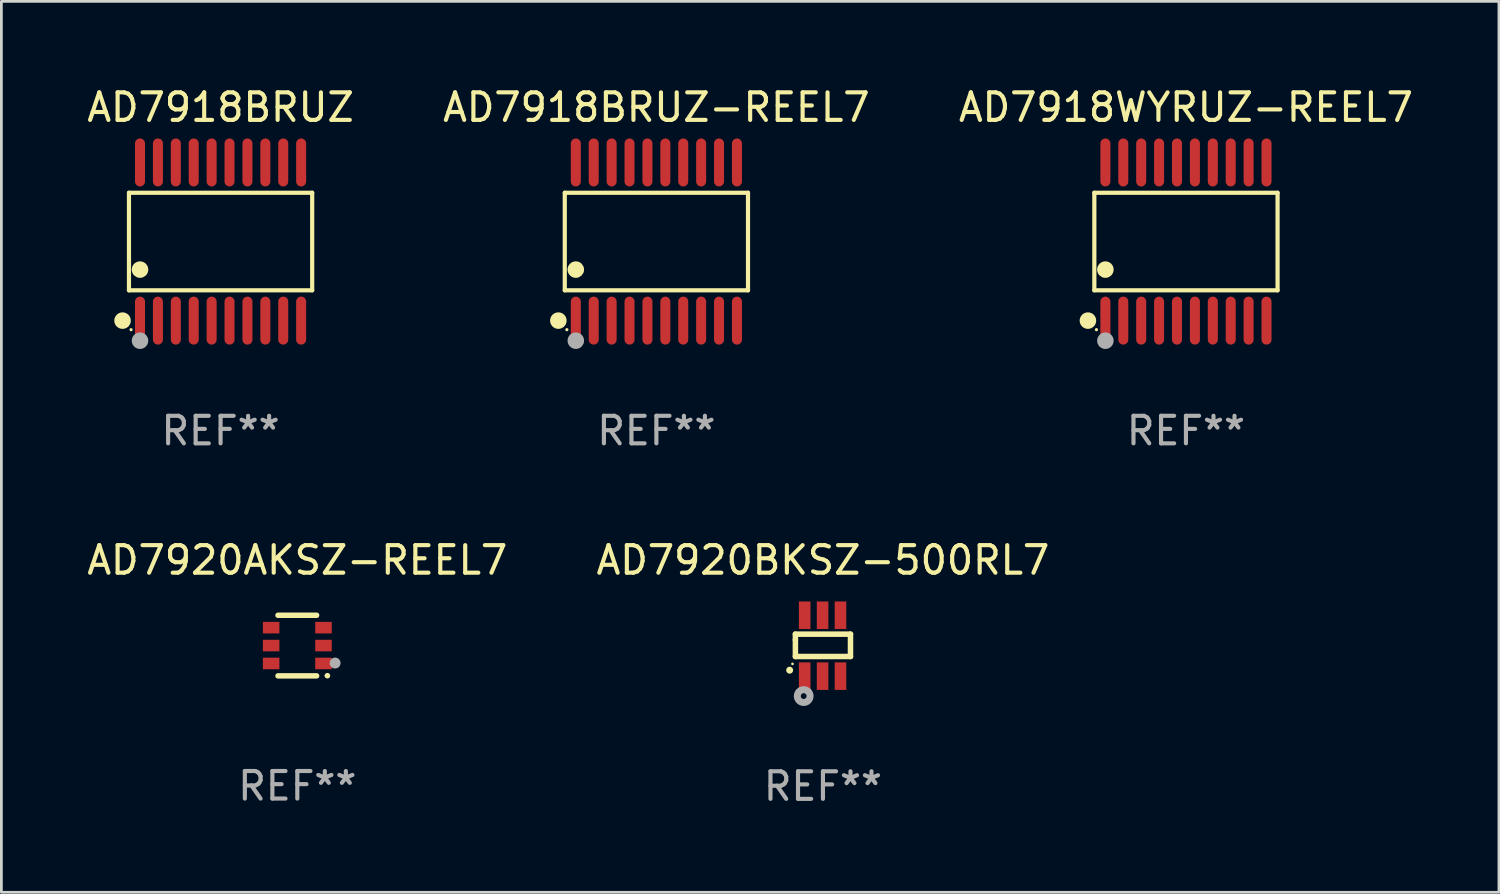
<source format=kicad_pcb>
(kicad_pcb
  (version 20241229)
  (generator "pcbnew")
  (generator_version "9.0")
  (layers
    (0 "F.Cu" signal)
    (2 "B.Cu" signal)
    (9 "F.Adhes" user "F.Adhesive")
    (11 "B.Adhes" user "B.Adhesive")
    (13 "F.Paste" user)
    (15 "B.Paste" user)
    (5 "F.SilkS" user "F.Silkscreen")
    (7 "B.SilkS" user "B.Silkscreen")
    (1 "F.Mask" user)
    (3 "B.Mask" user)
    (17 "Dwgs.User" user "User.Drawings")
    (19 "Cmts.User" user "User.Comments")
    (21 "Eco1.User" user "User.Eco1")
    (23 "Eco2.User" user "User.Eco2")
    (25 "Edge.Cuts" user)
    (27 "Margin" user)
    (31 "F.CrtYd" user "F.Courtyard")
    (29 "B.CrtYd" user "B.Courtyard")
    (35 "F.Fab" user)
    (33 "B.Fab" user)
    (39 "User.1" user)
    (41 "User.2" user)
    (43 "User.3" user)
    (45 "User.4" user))
  (footprint "AD7920BKSZ-500RL7"
    (layer "F.Cu")
    (at 26.827 20.392)
    (property "Reference" "AD7920BKSZ-500RL7" (at 0 -3.105 0) (layer "F.SilkS") (effects (font (size 1 1) (thickness 0.15))))
    (attr through_hole)
    (fp_line (start -1 -0.419) (end -1 -0.213) (stroke (width 0.2) (type solid)) (layer "F.SilkS"))
    (fp_line (start -1 -0.213) (end -1 0.393) (stroke (width 0.2) (type solid)) (layer "F.SilkS"))
    (fp_line (start -1 0.393) (end 1 0.393) (stroke (width 0.2) (type solid)) (layer "F.SilkS"))
    (fp_line (start 1 -0.419) (end -1 -0.419) (stroke (width 0.2) (type solid)) (layer "F.SilkS"))
    (fp_line (start 1 0.393) (end 1 -0.419) (stroke (width 0.2) (type solid)) (layer "F.SilkS"))
    (fp_arc (start -1.208509 0.890272) (mid -1.208515 0.889002) (end -1.208509 0.887732) (stroke (width 0.25) (type solid)) (layer "F.SilkS"))
    (fp_circle (center -1.105 0.66) (end -1.08 0.66) (stroke (width 0.05) (type solid)) (fill no) (layer "F.SilkS"))
    (fp_circle (center -0.699 1.829) (end -0.594 1.829) (stroke (width 0.254) (type solid)) (fill no) (layer "F.Fab"))
    (fp_text user "REF**" (at 0 5.105 0) (layer "F.Fab") (effects (font (size 1 1) (thickness 0.15))))
    (pad "1" smd rect (at -0.663 1.105) (size 0.42 1) (layers "F.Cu" "F.Mask" "F.Paste"))
    (pad "2" smd rect (at -0.013 1.105) (size 0.42 1) (layers "F.Cu" "F.Mask" "F.Paste"))
    (pad "3" smd rect (at 0.637 1.105) (size 0.42 1) (layers "F.Cu" "F.Mask" "F.Paste"))
    (pad "4" smd rect (at 0.637 -1.105 180) (size 0.42 1) (layers "F.Cu" "F.Mask" "F.Paste"))
    (pad "5" smd rect (at -0.013 -1.105 180) (size 0.42 1) (layers "F.Cu" "F.Mask" "F.Paste"))
    (pad "6" smd rect (at -0.663 -1.105 180) (size 0.42 1) (layers "F.Cu" "F.Mask" "F.Paste")))
  (footprint "AD7918WYRUZ-REEL7"
    (layer "F.Cu")
    (at 40.006 5.719)
    (property "Reference" "AD7918WYRUZ-REEL7" (at 0 -4.871 0) (layer "F.SilkS") (effects (font (size 1 1) (thickness 0.15))))
    (attr through_hole)
    (fp_line (start -3.326 -1.771) (end 3.326 -1.771) (stroke (width 0.152) (type solid)) (layer "F.SilkS"))
    (fp_line (start -3.326 1.771) (end -3.326 -1.771) (stroke (width 0.152) (type solid)) (layer "F.SilkS"))
    (fp_line (start 3.326 -1.771) (end 3.326 1.771) (stroke (width 0.152) (type solid)) (layer "F.SilkS"))
    (fp_line (start 3.326 1.771) (end -3.326 1.771) (stroke (width 0.152) (type solid)) (layer "F.SilkS"))
    (fp_circle (center -3.559 2.871) (end -3.409 2.871) (stroke (width 0.3) (type solid)) (fill no) (layer "F.SilkS"))
    (fp_circle (center -3.25 3.2) (end -3.22 3.2) (stroke (width 0.06) (type solid)) (fill no) (layer "F.SilkS"))
    (fp_circle (center -2.925 1.019) (end -2.775 1.019) (stroke (width 0.3) (type solid)) (fill no) (layer "F.SilkS"))
    (fp_circle (center -2.925 3.6) (end -2.775 3.6) (stroke (width 0.3) (type solid)) (fill no) (layer "F.Fab"))
    (fp_text user "REF**" (at 0 6.871 0) (layer "F.Fab") (effects (font (size 1 1) (thickness 0.15))))
    (pad "1" smd oval (at -2.925 2.871) (size 0.364 1.742) (layers "F.Cu" "F.Mask" "F.Paste"))
    (pad "2" smd oval (at -2.275 2.871) (size 0.364 1.742) (layers "F.Cu" "F.Mask" "F.Paste"))
    (pad "3" smd oval (at -1.625 2.871) (size 0.364 1.742) (layers "F.Cu" "F.Mask" "F.Paste"))
    (pad "4" smd oval (at -0.975 2.871) (size 0.364 1.742) (layers "F.Cu" "F.Mask" "F.Paste"))
    (pad "5" smd oval (at -0.325 2.871) (size 0.364 1.742) (layers "F.Cu" "F.Mask" "F.Paste"))
    (pad "6" smd oval (at 0.325 2.871) (size 0.364 1.742) (layers "F.Cu" "F.Mask" "F.Paste"))
    (pad "7" smd oval (at 0.975 2.871) (size 0.364 1.742) (layers "F.Cu" "F.Mask" "F.Paste"))
    (pad "8" smd oval (at 1.625 2.871) (size 0.364 1.742) (layers "F.Cu" "F.Mask" "F.Paste"))
    (pad "9" smd oval (at 2.275 2.871) (size 0.364 1.742) (layers "F.Cu" "F.Mask" "F.Paste"))
    (pad "10" smd oval (at 2.925 2.871) (size 0.364 1.742) (layers "F.Cu" "F.Mask" "F.Paste"))
    (pad "11" smd oval (at 2.925 -2.871) (size 0.364 1.742) (layers "F.Cu" "F.Mask" "F.Paste"))
    (pad "12" smd oval (at 2.275 -2.871) (size 0.364 1.742) (layers "F.Cu" "F.Mask" "F.Paste"))
    (pad "13" smd oval (at 1.625 -2.871) (size 0.364 1.742) (layers "F.Cu" "F.Mask" "F.Paste"))
    (pad "14" smd oval (at 0.975 -2.871) (size 0.364 1.742) (layers "F.Cu" "F.Mask" "F.Paste"))
    (pad "15" smd oval (at 0.325 -2.871) (size 0.364 1.742) (layers "F.Cu" "F.Mask" "F.Paste"))
    (pad "16" smd oval (at -0.325 -2.871) (size 0.364 1.742) (layers "F.Cu" "F.Mask" "F.Paste"))
    (pad "17" smd oval (at -0.975 -2.871) (size 0.364 1.742) (layers "F.Cu" "F.Mask" "F.Paste"))
    (pad "18" smd oval (at -1.625 -2.871) (size 0.364 1.742) (layers "F.Cu" "F.Mask" "F.Paste"))
    (pad "19" smd oval (at -2.275 -2.871) (size 0.364 1.742) (layers "F.Cu" "F.Mask" "F.Paste"))
    (pad "20" smd oval (at -2.925 -2.871) (size 0.364 1.742) (layers "F.Cu" "F.Mask" "F.Paste")))
  (footprint "AD7920AKSZ-REEL7"
    (layer "F.Cu")
    (at 7.744 20.387)
    (property "Reference" "AD7920AKSZ-REEL7" (at 0 -3.1 0) (layer "F.SilkS") (effects (font (size 1 1) (thickness 0.15))))
    (attr through_hole)
    (fp_line (start -0.7 -1.1) (end 0.7 -1.1) (stroke (width 0.2) (type solid)) (layer "F.SilkS"))
    (fp_line (start -0.7 1.1) (end 0.7 1.1) (stroke (width 0.2) (type solid)) (layer "F.SilkS"))
    (fp_arc (start 1.090932 1.094209) (mid 1.092202 1.094203) (end 1.093472 1.094209) (stroke (width 0.2) (type solid)) (layer "F.SilkS"))
    (fp_circle (center 1.053 1.1) (end 1.083 1.1) (stroke (width 0.06) (type solid)) (fill no) (layer "F.SilkS"))
    (fp_circle (center 1.372 0.635) (end 1.472 0.635) (stroke (width 0.2) (type solid)) (fill no) (layer "F.Fab"))
    (fp_text user "REF**" (at 0 5.1 0) (layer "F.Fab") (effects (font (size 1 1) (thickness 0.15))))
    (pad "1" smd rect (at 0.95 0.65 90) (size 0.42 0.6) (layers "F.Cu" "F.Mask" "F.Paste"))
    (pad "2" smd rect (at 0.95 0 90) (size 0.42 0.6) (layers "F.Cu" "F.Mask" "F.Paste"))
    (pad "3" smd rect (at 0.95 -0.65 90) (size 0.42 0.6) (layers "F.Cu" "F.Mask" "F.Paste"))
    (pad "4" smd rect (at -0.95 -0.65 270) (size 0.42 0.6) (layers "F.Cu" "F.Mask" "F.Paste"))
    (pad "5" smd rect (at -0.95 0 270) (size 0.42 0.6) (layers "F.Cu" "F.Mask" "F.Paste"))
    (pad "6" smd rect (at -0.95 0.65 270) (size 0.42 0.6) (layers "F.Cu" "F.Mask" "F.Paste")))
  (footprint "AD7918BRUZ"
    (layer "F.Cu")
    (at 4.958 5.719)
    (property "Reference" "AD7918BRUZ" (at 0 -4.871 0) (layer "F.SilkS") (effects (font (size 1 1) (thickness 0.15))))
    (attr through_hole)
    (fp_line (start -3.326 -1.771) (end 3.326 -1.771) (stroke (width 0.152) (type solid)) (layer "F.SilkS"))
    (fp_line (start -3.326 1.771) (end -3.326 -1.771) (stroke (width 0.152) (type solid)) (layer "F.SilkS"))
    (fp_line (start 3.326 -1.771) (end 3.326 1.771) (stroke (width 0.152) (type solid)) (layer "F.SilkS"))
    (fp_line (start 3.326 1.771) (end -3.326 1.771) (stroke (width 0.152) (type solid)) (layer "F.SilkS"))
    (fp_circle (center -3.559 2.871) (end -3.409 2.871) (stroke (width 0.3) (type solid)) (fill no) (layer "F.SilkS"))
    (fp_circle (center -3.25 3.2) (end -3.22 3.2) (stroke (width 0.06) (type solid)) (fill no) (layer "F.SilkS"))
    (fp_circle (center -2.925 1.019) (end -2.775 1.019) (stroke (width 0.3) (type solid)) (fill no) (layer "F.SilkS"))
    (fp_circle (center -2.925 3.6) (end -2.775 3.6) (stroke (width 0.3) (type solid)) (fill no) (layer "F.Fab"))
    (fp_text user "REF**" (at 0 6.871 0) (layer "F.Fab") (effects (font (size 1 1) (thickness 0.15))))
    (pad "1" smd oval (at -2.925 2.871) (size 0.364 1.742) (layers "F.Cu" "F.Mask" "F.Paste"))
    (pad "2" smd oval (at -2.275 2.871) (size 0.364 1.742) (layers "F.Cu" "F.Mask" "F.Paste"))
    (pad "3" smd oval (at -1.625 2.871) (size 0.364 1.742) (layers "F.Cu" "F.Mask" "F.Paste"))
    (pad "4" smd oval (at -0.975 2.871) (size 0.364 1.742) (layers "F.Cu" "F.Mask" "F.Paste"))
    (pad "5" smd oval (at -0.325 2.871) (size 0.364 1.742) (layers "F.Cu" "F.Mask" "F.Paste"))
    (pad "6" smd oval (at 0.325 2.871) (size 0.364 1.742) (layers "F.Cu" "F.Mask" "F.Paste"))
    (pad "7" smd oval (at 0.975 2.871) (size 0.364 1.742) (layers "F.Cu" "F.Mask" "F.Paste"))
    (pad "8" smd oval (at 1.625 2.871) (size 0.364 1.742) (layers "F.Cu" "F.Mask" "F.Paste"))
    (pad "9" smd oval (at 2.275 2.871) (size 0.364 1.742) (layers "F.Cu" "F.Mask" "F.Paste"))
    (pad "10" smd oval (at 2.925 2.871) (size 0.364 1.742) (layers "F.Cu" "F.Mask" "F.Paste"))
    (pad "11" smd oval (at 2.925 -2.871) (size 0.364 1.742) (layers "F.Cu" "F.Mask" "F.Paste"))
    (pad "12" smd oval (at 2.275 -2.871) (size 0.364 1.742) (layers "F.Cu" "F.Mask" "F.Paste"))
    (pad "13" smd oval (at 1.625 -2.871) (size 0.364 1.742) (layers "F.Cu" "F.Mask" "F.Paste"))
    (pad "14" smd oval (at 0.975 -2.871) (size 0.364 1.742) (layers "F.Cu" "F.Mask" "F.Paste"))
    (pad "15" smd oval (at 0.325 -2.871) (size 0.364 1.742) (layers "F.Cu" "F.Mask" "F.Paste"))
    (pad "16" smd oval (at -0.325 -2.871) (size 0.364 1.742) (layers "F.Cu" "F.Mask" "F.Paste"))
    (pad "17" smd oval (at -0.975 -2.871) (size 0.364 1.742) (layers "F.Cu" "F.Mask" "F.Paste"))
    (pad "18" smd oval (at -1.625 -2.871) (size 0.364 1.742) (layers "F.Cu" "F.Mask" "F.Paste"))
    (pad "19" smd oval (at -2.275 -2.871) (size 0.364 1.742) (layers "F.Cu" "F.Mask" "F.Paste"))
    (pad "20" smd oval (at -2.925 -2.871) (size 0.364 1.742) (layers "F.Cu" "F.Mask" "F.Paste")))
  (footprint "AD7918BRUZ-REEL7"
    (layer "F.Cu")
    (at 20.78 5.719)
    (property "Reference" "AD7918BRUZ-REEL7" (at 0 -4.871 0) (layer "F.SilkS") (effects (font (size 1 1) (thickness 0.15))))
    (attr through_hole)
    (fp_line (start -3.326 -1.771) (end 3.326 -1.771) (stroke (width 0.152) (type solid)) (layer "F.SilkS"))
    (fp_line (start -3.326 1.771) (end -3.326 -1.771) (stroke (width 0.152) (type solid)) (layer "F.SilkS"))
    (fp_line (start 3.326 -1.771) (end 3.326 1.771) (stroke (width 0.152) (type solid)) (layer "F.SilkS"))
    (fp_line (start 3.326 1.771) (end -3.326 1.771) (stroke (width 0.152) (type solid)) (layer "F.SilkS"))
    (fp_circle (center -3.559 2.871) (end -3.409 2.871) (stroke (width 0.3) (type solid)) (fill no) (layer "F.SilkS"))
    (fp_circle (center -3.25 3.2) (end -3.22 3.2) (stroke (width 0.06) (type solid)) (fill no) (layer "F.SilkS"))
    (fp_circle (center -2.925 1.019) (end -2.775 1.019) (stroke (width 0.3) (type solid)) (fill no) (layer "F.SilkS"))
    (fp_circle (center -2.925 3.6) (end -2.775 3.6) (stroke (width 0.3) (type solid)) (fill no) (layer "F.Fab"))
    (fp_text user "REF**" (at 0 6.871 0) (layer "F.Fab") (effects (font (size 1 1) (thickness 0.15))))
    (pad "1" smd oval (at -2.925 2.871) (size 0.364 1.742) (layers "F.Cu" "F.Mask" "F.Paste"))
    (pad "2" smd oval (at -2.275 2.871) (size 0.364 1.742) (layers "F.Cu" "F.Mask" "F.Paste"))
    (pad "3" smd oval (at -1.625 2.871) (size 0.364 1.742) (layers "F.Cu" "F.Mask" "F.Paste"))
    (pad "4" smd oval (at -0.975 2.871) (size 0.364 1.742) (layers "F.Cu" "F.Mask" "F.Paste"))
    (pad "5" smd oval (at -0.325 2.871) (size 0.364 1.742) (layers "F.Cu" "F.Mask" "F.Paste"))
    (pad "6" smd oval (at 0.325 2.871) (size 0.364 1.742) (layers "F.Cu" "F.Mask" "F.Paste"))
    (pad "7" smd oval (at 0.975 2.871) (size 0.364 1.742) (layers "F.Cu" "F.Mask" "F.Paste"))
    (pad "8" smd oval (at 1.625 2.871) (size 0.364 1.742) (layers "F.Cu" "F.Mask" "F.Paste"))
    (pad "9" smd oval (at 2.275 2.871) (size 0.364 1.742) (layers "F.Cu" "F.Mask" "F.Paste"))
    (pad "10" smd oval (at 2.925 2.871) (size 0.364 1.742) (layers "F.Cu" "F.Mask" "F.Paste"))
    (pad "11" smd oval (at 2.925 -2.871) (size 0.364 1.742) (layers "F.Cu" "F.Mask" "F.Paste"))
    (pad "12" smd oval (at 2.275 -2.871) (size 0.364 1.742) (layers "F.Cu" "F.Mask" "F.Paste"))
    (pad "13" smd oval (at 1.625 -2.871) (size 0.364 1.742) (layers "F.Cu" "F.Mask" "F.Paste"))
    (pad "14" smd oval (at 0.975 -2.871) (size 0.364 1.742) (layers "F.Cu" "F.Mask" "F.Paste"))
    (pad "15" smd oval (at 0.325 -2.871) (size 0.364 1.742) (layers "F.Cu" "F.Mask" "F.Paste"))
    (pad "16" smd oval (at -0.325 -2.871) (size 0.364 1.742) (layers "F.Cu" "F.Mask" "F.Paste"))
    (pad "17" smd oval (at -0.975 -2.871) (size 0.364 1.742) (layers "F.Cu" "F.Mask" "F.Paste"))
    (pad "18" smd oval (at -1.625 -2.871) (size 0.364 1.742) (layers "F.Cu" "F.Mask" "F.Paste"))
    (pad "19" smd oval (at -2.275 -2.871) (size 0.364 1.742) (layers "F.Cu" "F.Mask" "F.Paste"))
    (pad "20" smd oval (at -2.925 -2.871) (size 0.364 1.742) (layers "F.Cu" "F.Mask" "F.Paste")))
  (gr_rect
    (start -3 -3)
    (end 51.369 29.345)
    (stroke (width 0.1) (type default))
    (fill no)
    (layer "Edge.Cuts")))
</source>
